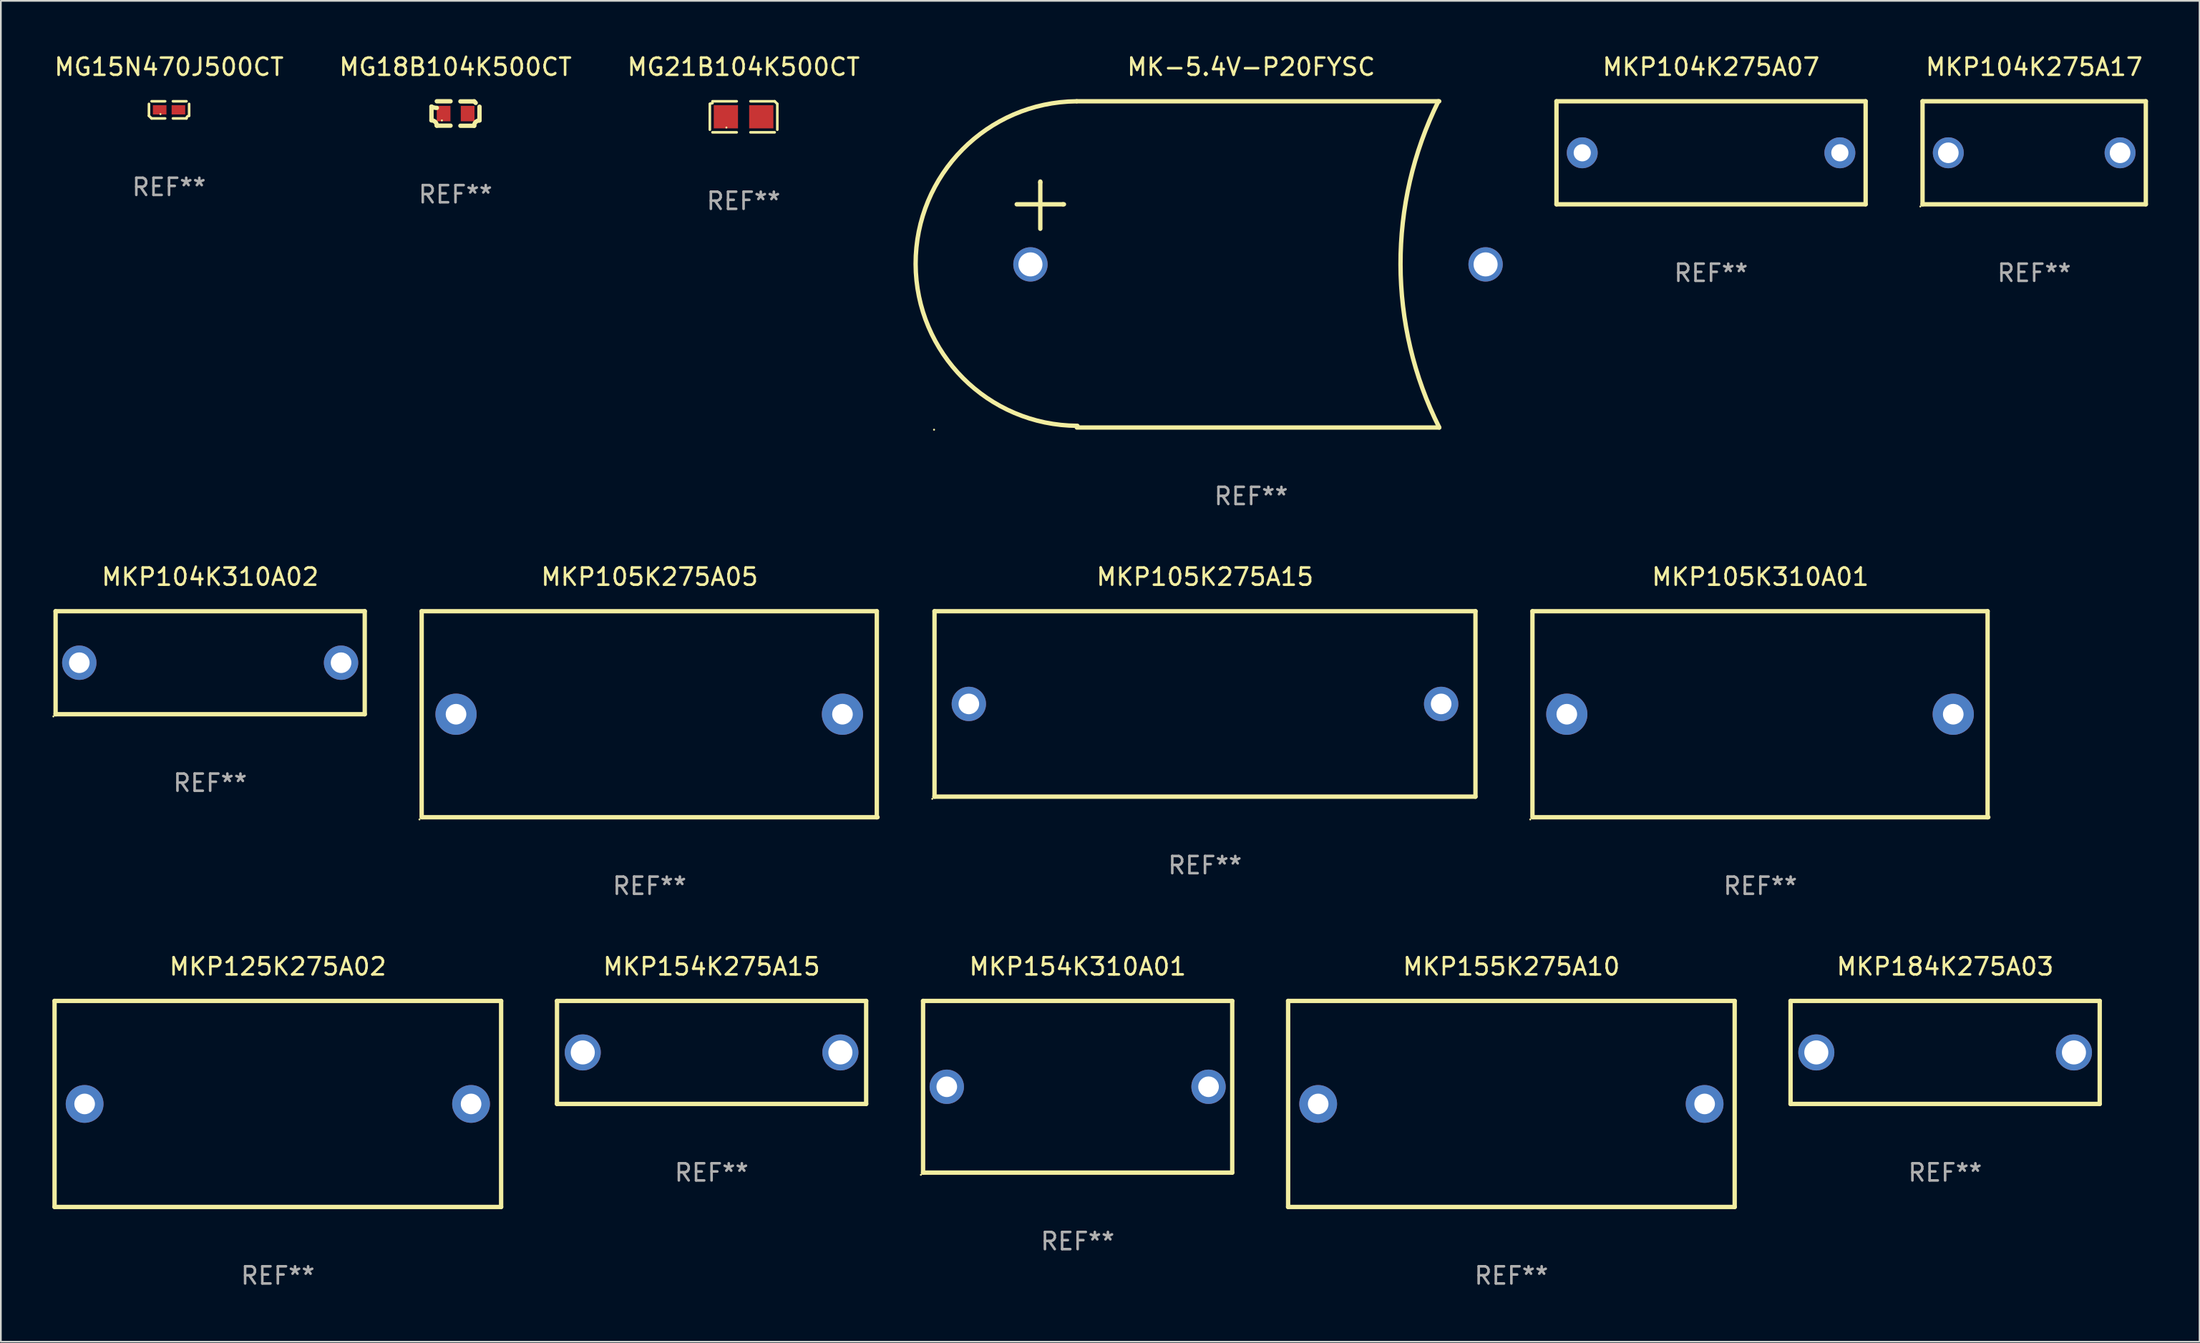
<source format=kicad_pcb>
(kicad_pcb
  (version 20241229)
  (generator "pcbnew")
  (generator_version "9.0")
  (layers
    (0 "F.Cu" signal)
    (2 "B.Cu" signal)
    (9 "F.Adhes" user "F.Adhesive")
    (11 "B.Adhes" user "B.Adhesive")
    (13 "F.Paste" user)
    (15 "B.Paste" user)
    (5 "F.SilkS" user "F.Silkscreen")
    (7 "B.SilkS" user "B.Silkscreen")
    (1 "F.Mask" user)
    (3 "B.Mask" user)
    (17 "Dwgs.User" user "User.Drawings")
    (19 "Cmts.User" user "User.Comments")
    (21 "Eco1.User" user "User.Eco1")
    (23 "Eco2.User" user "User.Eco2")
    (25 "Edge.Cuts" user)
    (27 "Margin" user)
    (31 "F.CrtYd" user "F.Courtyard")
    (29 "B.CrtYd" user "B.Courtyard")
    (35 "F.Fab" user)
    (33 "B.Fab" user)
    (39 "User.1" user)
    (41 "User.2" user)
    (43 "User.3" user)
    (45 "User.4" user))
  (footprint "MKP104K275A07"
    (layer "F.Cu")
    (at 96.574 5.848)
    (property "Reference" "MKP104K275A07" (at 0 -5 0) (layer "F.SilkS") (effects (font (size 1 1) (thickness 0.15))))
    (attr through_hole)
    (fp_line (start -9 -3) (end 9 -3) (stroke (width 0.254) (type solid)) (layer "F.SilkS"))
    (fp_line (start -9 3) (end -9 -3) (stroke (width 0.254) (type solid)) (layer "F.SilkS"))
    (fp_line (start 9 -3) (end 9 3) (stroke (width 0.254) (type solid)) (layer "F.SilkS"))
    (fp_line (start 9 3) (end -9 3) (stroke (width 0.254) (type solid)) (layer "F.SilkS"))
    (fp_circle (center -9 3) (end -8.97 3) (stroke (width 0.06) (type solid)) (fill no) (layer "F.SilkS"))
    (fp_text user "REF**" (at 0 7 0) (layer "F.Fab") (effects (font (size 1 1) (thickness 0.15))))
    (pad "1" thru_hole circle (at -7.5 0) (size 1.8 1.8) (drill 1) (layers "*.Cu" "*.Mask"))
    (pad "2" thru_hole circle (at 7.5 0) (size 1.8 1.8) (drill 1) (layers "*.Cu" "*.Mask")))
  (footprint "MKP154K275A15"
    (layer "F.Cu")
    (at 38.381 58.241)
    (property "Reference" "MKP154K275A15" (at 0 -5 0) (layer "F.SilkS") (effects (font (size 1 1) (thickness 0.15))))
    (attr through_hole)
    (fp_line (start -9 -3) (end 9 -3) (stroke (width 0.254) (type solid)) (layer "F.SilkS"))
    (fp_line (start -9 3) (end -9 -3) (stroke (width 0.254) (type solid)) (layer "F.SilkS"))
    (fp_line (start 9 -3) (end 9 3) (stroke (width 0.254) (type solid)) (layer "F.SilkS"))
    (fp_line (start 9 3) (end -9 3) (stroke (width 0.254) (type solid)) (layer "F.SilkS"))
    (fp_circle (center -9 3) (end -8.97 3) (stroke (width 0.06) (type solid)) (fill no) (layer "F.SilkS"))
    (fp_text user "REF**" (at 0 7 0) (layer "F.Fab") (effects (font (size 1 1) (thickness 0.15))))
    (pad "1" thru_hole circle (at -7.5 0) (size 2.1 2.1) (drill 1.4) (layers "*.Cu" "*.Mask"))
    (pad "2" thru_hole circle (at 7.5 0) (size 2.1 2.1) (drill 1.4) (layers "*.Cu" "*.Mask")))
  (footprint "MG21B104K500CT"
    (layer "F.Cu")
    (at 40.244 3.752)
    (property "Reference" "MG21B104K500CT" (at 0 -2.904 0) (layer "F.SilkS") (effects (font (size 1 1) (thickness 0.15))))
    (attr through_hole)
    (fp_line (start -1.964 0.751) (end -1.964 -0.751) (stroke (width 0.152) (type solid)) (layer "F.SilkS"))
    (fp_line (start -1.811 -0.904) (end -0.401 -0.904) (stroke (width 0.152) (type solid)) (layer "F.SilkS"))
    (fp_line (start -0.401 0.904) (end -1.811 0.904) (stroke (width 0.152) (type solid)) (layer "F.SilkS"))
    (fp_line (start 0.401 0.904) (end 1.811 0.904) (stroke (width 0.152) (type solid)) (layer "F.SilkS"))
    (fp_line (start 1.811 -0.904) (end 0.401 -0.904) (stroke (width 0.152) (type solid)) (layer "F.SilkS"))
    (fp_line (start 1.964 0.751) (end 1.964 -0.751) (stroke (width 0.152) (type solid)) (layer "F.SilkS"))
    (fp_arc (start -1.963602 -0.751207) (mid -1.890354 -0.783131) (end -1.811201 -0.794044) (stroke (width 0.1524) (type solid)) (layer "F.SilkS"))
    (fp_arc (start 1.811202 -0.903607) (mid 1.887413 -0.827418) (end 1.963602 -0.751207) (stroke (width 0.1524) (type solid)) (layer "F.SilkS"))
    (fp_circle (center -1 0.625) (end -0.97 0.625) (stroke (width 0.06) (type solid)) (fill no) (layer "F.SilkS"))
    (fp_text user "REF**" (at 0 4.904 0) (layer "F.Fab") (effects (font (size 1 1) (thickness 0.15))))
    (pad "1" smd rect (at -1.03 0) (size 1.41 1.35) (layers "F.Cu" "F.Mask" "F.Paste"))
    (pad "2" smd rect (at 1.03 0) (size 1.41 1.35) (layers "F.Cu" "F.Mask" "F.Paste")))
  (footprint "MKP125K275A02"
    (layer "F.Cu")
    (at 13.127 61.241)
    (property "Reference" "MKP125K275A02" (at 0 -8 0) (layer "F.SilkS") (effects (font (size 1 1) (thickness 0.15))))
    (attr through_hole)
    (fp_line (start -13 -6) (end 13 -6) (stroke (width 0.254) (type solid)) (layer "F.SilkS"))
    (fp_line (start -13 6) (end -13 -6) (stroke (width 0.254) (type solid)) (layer "F.SilkS"))
    (fp_line (start 13 -6) (end 13 6) (stroke (width 0.254) (type solid)) (layer "F.SilkS"))
    (fp_line (start 13 6) (end -13 6) (stroke (width 0.254) (type solid)) (layer "F.SilkS"))
    (fp_circle (center -13 6) (end -12.97 6) (stroke (width 0.06) (type solid)) (fill no) (layer "F.SilkS"))
    (fp_text user "REF**" (at 0 10 0) (layer "F.Fab") (effects (font (size 1 1) (thickness 0.15))))
    (pad "1" thru_hole circle (at -11.25 0) (size 2.2 2.2) (drill 1.2) (layers "*.Cu" "*.Mask"))
    (pad "2" thru_hole circle (at 11.25 0) (size 2.2 2.2) (drill 1.2) (layers "*.Cu" "*.Mask")))
  (footprint "MKP105K310A01"
    (layer "F.Cu")
    (at 99.446 38.545)
    (property "Reference" "MKP105K310A01" (at 0 -8 0) (layer "F.SilkS") (effects (font (size 1 1) (thickness 0.15))))
    (attr through_hole)
    (fp_line (start -13.271 -6) (end 13.229 -6) (stroke (width 0.254) (type solid)) (layer "F.SilkS"))
    (fp_line (start -13.271 6) (end -13.271 -6) (stroke (width 0.254) (type solid)) (layer "F.SilkS"))
    (fp_line (start 13.229 -6) (end 13.229 6) (stroke (width 0.254) (type solid)) (layer "F.SilkS"))
    (fp_line (start 13.271 6) (end -13.229 6) (stroke (width 0.254) (type solid)) (layer "F.SilkS"))
    (fp_circle (center -13.398 6.127) (end -13.368 6.127) (stroke (width 0.06) (type solid)) (fill no) (layer "F.SilkS"))
    (fp_text user "REF**" (at 0 10 0) (layer "F.Fab") (effects (font (size 1 1) (thickness 0.15))))
    (pad "1" thru_hole circle (at -11.271 0) (size 2.4 2.4) (drill 1.2) (layers "*.Cu" "*.Mask"))
    (pad "2" thru_hole circle (at 11.229 0) (size 2.4 2.4) (drill 1.2) (layers "*.Cu" "*.Mask")))
  (footprint "MKP104K275A17"
    (layer "F.Cu")
    (at 115.388 5.848)
    (property "Reference" "MKP104K275A17" (at 0 -5 0) (layer "F.SilkS") (effects (font (size 1 1) (thickness 0.15))))
    (attr through_hole)
    (fp_line (start -6.5 -3) (end 6.5 -3) (stroke (width 0.254) (type solid)) (layer "F.SilkS"))
    (fp_line (start -6.5 3) (end -6.5 -3) (stroke (width 0.254) (type solid)) (layer "F.SilkS"))
    (fp_line (start -6.5 3) (end 6.5 3) (stroke (width 0.254) (type solid)) (layer "F.SilkS"))
    (fp_line (start 6.5 -3) (end 6.5 3) (stroke (width 0.254) (type solid)) (layer "F.SilkS"))
    (fp_circle (center -6.627 3.127) (end -6.597 3.127) (stroke (width 0.06) (type solid)) (fill no) (layer "F.SilkS"))
    (fp_text user "REF**" (at 0 7 0) (layer "F.Fab") (effects (font (size 1 1) (thickness 0.15))))
    (pad "1" thru_hole circle (at -5 0) (size 1.8 1.8) (drill 1.2) (layers "*.Cu" "*.Mask"))
    (pad "2" thru_hole circle (at 5 0) (size 1.8 1.8) (drill 1.2) (layers "*.Cu" "*.Mask")))
  (footprint "MKP184K275A03"
    (layer "F.Cu")
    (at 110.203 58.241)
    (property "Reference" "MKP184K275A03" (at 0 -5 0) (layer "F.SilkS") (effects (font (size 1 1) (thickness 0.15))))
    (attr through_hole)
    (fp_line (start -9 -3) (end 9 -3) (stroke (width 0.254) (type solid)) (layer "F.SilkS"))
    (fp_line (start -9 3) (end -9 -3) (stroke (width 0.254) (type solid)) (layer "F.SilkS"))
    (fp_line (start 9 -3) (end 9 3) (stroke (width 0.254) (type solid)) (layer "F.SilkS"))
    (fp_line (start 9 3) (end -9 3) (stroke (width 0.254) (type solid)) (layer "F.SilkS"))
    (fp_circle (center -9 3) (end -8.97 3) (stroke (width 0.06) (type solid)) (fill no) (layer "F.SilkS"))
    (fp_text user "REF**" (at 0 7 0) (layer "F.Fab") (effects (font (size 1 1) (thickness 0.15))))
    (pad "1" thru_hole circle (at -7.5 0) (size 2.1 2.1) (drill 1.4) (layers "*.Cu" "*.Mask"))
    (pad "2" thru_hole circle (at 7.5 0) (size 2.1 2.1) (drill 1.4) (layers "*.Cu" "*.Mask")))
  (footprint "MKP105K275A15"
    (layer "F.Cu")
    (at 67.109 37.945)
    (property "Reference" "MKP105K275A15" (at 0 -7.4 0) (layer "F.SilkS") (effects (font (size 1 1) (thickness 0.15))))
    (attr through_hole)
    (fp_line (start -15.748 -5.4) (end 15.752 -5.4) (stroke (width 0.254) (type solid)) (layer "F.SilkS"))
    (fp_line (start -15.748 5.4) (end -15.748 -5.4) (stroke (width 0.254) (type solid)) (layer "F.SilkS"))
    (fp_line (start 15.748 -5.4) (end 15.748 5.4) (stroke (width 0.254) (type solid)) (layer "F.SilkS"))
    (fp_line (start 15.748 5.4) (end -15.752 5.4) (stroke (width 0.254) (type solid)) (layer "F.SilkS"))
    (fp_circle (center -15.879 5.527) (end -15.849 5.527) (stroke (width 0.06) (type solid)) (fill no) (layer "F.SilkS"))
    (fp_text user "REF**" (at 0 9.4 0) (layer "F.Fab") (effects (font (size 1 1) (thickness 0.15))))
    (pad "1" thru_hole circle (at -13.75 0) (size 2 2) (drill 1.2) (layers "*.Cu" "*.Mask"))
    (pad "2" thru_hole circle (at 13.75 0) (size 2 2) (drill 1.2) (layers "*.Cu" "*.Mask")))
  (footprint "MKP104K310A02"
    (layer "F.Cu")
    (at 9.187 35.545)
    (property "Reference" "MKP104K310A02" (at 0 -5 0) (layer "F.SilkS") (effects (font (size 1 1) (thickness 0.15))))
    (attr through_hole)
    (fp_line (start -9 -3) (end 9 -3) (stroke (width 0.254) (type solid)) (layer "F.SilkS"))
    (fp_line (start -9 3) (end -9 -3) (stroke (width 0.254) (type solid)) (layer "F.SilkS"))
    (fp_line (start 9 -3) (end 9 3) (stroke (width 0.254) (type solid)) (layer "F.SilkS"))
    (fp_line (start 9 3) (end -9 3) (stroke (width 0.254) (type solid)) (layer "F.SilkS"))
    (fp_circle (center -9.127 3.127) (end -9.097 3.127) (stroke (width 0.06) (type solid)) (fill no) (layer "F.SilkS"))
    (fp_text user "REF**" (at 0 7 0) (layer "F.Fab") (effects (font (size 1 1) (thickness 0.15))))
    (pad "1" thru_hole circle (at -7.62 0) (size 2 2) (drill 1.2) (layers "*.Cu" "*.Mask"))
    (pad "2" thru_hole circle (at 7.62 0) (size 2 2) (drill 1.2) (layers "*.Cu" "*.Mask")))
  (footprint "MKP154K310A01"
    (layer "F.Cu")
    (at 59.695 60.241)
    (property "Reference" "MKP154K310A01" (at 0 -7 0) (layer "F.SilkS") (effects (font (size 1 1) (thickness 0.15))))
    (attr through_hole)
    (fp_line (start -9 -5) (end 9 -5) (stroke (width 0.254) (type solid)) (layer "F.SilkS"))
    (fp_line (start -9 5) (end -9 -5) (stroke (width 0.254) (type solid)) (layer "F.SilkS"))
    (fp_line (start 9 -5) (end 9 5) (stroke (width 0.254) (type solid)) (layer "F.SilkS"))
    (fp_line (start 9 5) (end -9 5) (stroke (width 0.254) (type solid)) (layer "F.SilkS"))
    (fp_circle (center -9.127 5.127) (end -9.097 5.127) (stroke (width 0.06) (type solid)) (fill no) (layer "F.SilkS"))
    (fp_text user "REF**" (at 0 9 0) (layer "F.Fab") (effects (font (size 1 1) (thickness 0.15))))
    (pad "1" thru_hole circle (at -7.62 0) (size 2 2) (drill 1.2) (layers "*.Cu" "*.Mask"))
    (pad "2" thru_hole circle (at 7.62 0) (size 2 2) (drill 1.2) (layers "*.Cu" "*.Mask")))
  (footprint "MKP155K275A10"
    (layer "F.Cu")
    (at 84.949 61.241)
    (property "Reference" "MKP155K275A10" (at 0 -8 0) (layer "F.SilkS") (effects (font (size 1 1) (thickness 0.15))))
    (attr through_hole)
    (fp_line (start -13 -6) (end 13 -6) (stroke (width 0.254) (type solid)) (layer "F.SilkS"))
    (fp_line (start -13 6) (end -13 -6) (stroke (width 0.254) (type solid)) (layer "F.SilkS"))
    (fp_line (start 13 -6) (end 13 6) (stroke (width 0.254) (type solid)) (layer "F.SilkS"))
    (fp_line (start 13 6) (end -13 6) (stroke (width 0.254) (type solid)) (layer "F.SilkS"))
    (fp_circle (center -13 6) (end -12.97 6) (stroke (width 0.06) (type solid)) (fill no) (layer "F.SilkS"))
    (fp_text user "REF**" (at 0 10 0) (layer "F.Fab") (effects (font (size 1 1) (thickness 0.15))))
    (pad "1" thru_hole circle (at -11.25 0) (size 2.2 2.2) (drill 1.2) (layers "*.Cu" "*.Mask"))
    (pad "2" thru_hole circle (at 11.25 0) (size 2.2 2.2) (drill 1.2) (layers "*.Cu" "*.Mask")))
  (footprint "MKP105K275A05"
    (layer "F.Cu")
    (at 34.772 38.545)
    (property "Reference" "MKP105K275A05" (at 0 -8 0) (layer "F.SilkS") (effects (font (size 1 1) (thickness 0.15))))
    (attr through_hole)
    (fp_line (start -13.271 -6) (end 13.229 -6) (stroke (width 0.254) (type solid)) (layer "F.SilkS"))
    (fp_line (start -13.271 6) (end -13.271 -6) (stroke (width 0.254) (type solid)) (layer "F.SilkS"))
    (fp_line (start 13.229 -6) (end 13.229 6) (stroke (width 0.254) (type solid)) (layer "F.SilkS"))
    (fp_line (start 13.271 6) (end -13.229 6) (stroke (width 0.254) (type solid)) (layer "F.SilkS"))
    (fp_circle (center -13.398 6.127) (end -13.368 6.127) (stroke (width 0.06) (type solid)) (fill no) (layer "F.SilkS"))
    (fp_text user "REF**" (at 0 10 0) (layer "F.Fab") (effects (font (size 1 1) (thickness 0.15))))
    (pad "1" thru_hole circle (at -11.271 0) (size 2.4 2.4) (drill 1.2) (layers "*.Cu" "*.Mask"))
    (pad "2" thru_hole circle (at 11.229 0) (size 2.4 2.4) (drill 1.2) (layers "*.Cu" "*.Mask")))
  (footprint "MK-5.4V-P20FYSC"
    (layer "F.Cu")
    (at 69.797 12.348)
    (property "Reference" "MK-5.4V-P20FYSC" (at 0 -11.5 0) (layer "F.SilkS") (effects (font (size 1 1) (thickness 0.15))))
    (attr through_hole)
    (fp_line (start -13.65 -3.5) (end -10.95 -3.5) (stroke (width 0.254) (type solid)) (layer "F.SilkS"))
    (fp_line (start -12.277 -4.776) (end -12.277 -4.826) (stroke (width 0.254) (type solid)) (layer "F.SilkS"))
    (fp_line (start -12.277 -2.076) (end -12.277 -4.776) (stroke (width 0.254) (type solid)) (layer "F.SilkS"))
    (fp_line (start -10.95 -3.5) (end -10.9 -3.5) (stroke (width 0.254) (type solid)) (layer "F.SilkS"))
    (fp_line (start -10.15 -9.5) (end 10.95 -9.5) (stroke (width 0.254) (type solid)) (layer "F.SilkS"))
    (fp_line (start -10.15 9.5) (end 10.95 9.5) (stroke (width 0.254) (type solid)) (layer "F.SilkS"))
    (fp_arc (start -10.117399 9.399848) (mid -19.539482 -0.025687) (end -10.166218 -9.499772) (stroke (width 0.254001) (type solid)) (layer "F.SilkS"))
    (fp_arc (start 10.951206 9.499619) (mid 8.696542 0.005814) (end 10.900025 -9.5) (stroke (width 0.254001) (type solid)) (layer "F.SilkS"))
    (fp_circle (center -18.463 9.627) (end -18.433 9.627) (stroke (width 0.06) (type solid)) (fill no) (layer "F.SilkS"))
    (fp_text user "REF**" (at 0 13.5 0) (layer "F.Fab") (effects (font (size 1 1) (thickness 0.15))))
    (pad "1" thru_hole circle (at -12.85 0) (size 2 2) (drill 1.4) (layers "*.Cu" "*.Mask"))
    (pad "2" thru_hole circle (at 13.65 0) (size 2 2) (drill 1.4) (layers "*.Cu" "*.Mask")))
  (footprint "MG15N470J500CT"
    (layer "F.Cu")
    (at 6.792 3.347)
    (property "Reference" "MG15N470J500CT" (at 0 -2.499 0) (layer "F.SilkS") (effects (font (size 1 1) (thickness 0.15))))
    (attr through_hole)
    (fp_line (start -1.169 0.346) (end -1.169 -0.346) (stroke (width 0.152) (type solid)) (layer "F.SilkS"))
    (fp_line (start -1.016 -0.499) (end -0.226 -0.499) (stroke (width 0.152) (type solid)) (layer "F.SilkS"))
    (fp_line (start -0.226 0.499) (end -1.016 0.499) (stroke (width 0.152) (type solid)) (layer "F.SilkS"))
    (fp_line (start 0.226 0.499) (end 1.016 0.499) (stroke (width 0.152) (type solid)) (layer "F.SilkS"))
    (fp_line (start 1.016 -0.499) (end 0.226 -0.499) (stroke (width 0.152) (type solid)) (layer "F.SilkS"))
    (fp_line (start 1.169 0.346) (end 1.169 -0.346) (stroke (width 0.152) (type solid)) (layer "F.SilkS"))
    (fp_arc (start -1.016307 0.498603) (mid -1.092512 0.422405) (end -1.16871 0.3462) (stroke (width 0.1524) (type solid)) (layer "F.SilkS"))
    (fp_arc (start 1.016307 0.498603) (mid 1.060899 0.390758) (end 1.168707 0.346076) (stroke (width 0.1524) (type solid)) (layer "F.SilkS"))
    (fp_circle (center -0.5 0.25) (end -0.47 0.25) (stroke (width 0.06) (type solid)) (fill no) (layer "F.SilkS"))
    (fp_text user "REF**" (at 0 4.499 0) (layer "F.Fab") (effects (font (size 1 1) (thickness 0.15))))
    (pad "1" smd rect (at -0.545 0) (size 0.79 0.54) (layers "F.Cu" "F.Mask" "F.Paste"))
    (pad "2" smd rect (at 0.545 0) (size 0.79 0.54) (layers "F.Cu" "F.Mask" "F.Paste")))
  (footprint "MG18B104K500CT"
    (layer "F.Cu")
    (at 23.47 3.561)
    (property "Reference" "MG18B104K500CT" (at 0 -2.713 0) (layer "F.SilkS") (effects (font (size 1 1) (thickness 0.15))))
    (attr through_hole)
    (fp_line (start -1.398 -0.403) (end -1.398 0.397) (stroke (width 0.254) (type solid)) (layer "F.SilkS"))
    (fp_line (start -0.288 -0.713) (end -1.088 -0.713) (stroke (width 0.254) (type solid)) (layer "F.SilkS"))
    (fp_line (start -0.288 0.707) (end -1.088 0.707) (stroke (width 0.254) (type solid)) (layer "F.SilkS"))
    (fp_line (start 0.288 -0.707) (end 1.088 -0.707) (stroke (width 0.254) (type solid)) (layer "F.SilkS"))
    (fp_line (start 0.288 0.713) (end 1.088 0.713) (stroke (width 0.254) (type solid)) (layer "F.SilkS"))
    (fp_line (start 1.398 -0.397) (end 1.398 0.403) (stroke (width 0.254) (type solid)) (layer "F.SilkS"))
    (fp_arc (start -1.397789 0.397066) (mid -1.178701 0.487826) (end -1.08796 0.706922) (stroke (width 0.254001) (type solid)) (layer "F.SilkS"))
    (fp_arc (start -1.08796 -0.327176) (mid -1.247436 -0.346384) (end -1.39779 -0.402908) (stroke (width 0.254001) (type solid)) (layer "F.SilkS"))
    (fp_arc (start 1.087909 0.712738) (mid 1.178656 0.493655) (end 1.397739 0.402908) (stroke (width 0.254001) (type solid)) (layer "F.SilkS"))
    (fp_arc (start 1.175925 -0.618926) (mid 1.131917 -0.662923) (end 1.08791 -0.706922) (stroke (width 0.254001) (type solid)) (layer "F.SilkS"))
    (fp_circle (center -0.792 0.403) (end -0.762 0.403) (stroke (width 0.06) (type solid)) (fill no) (layer "F.SilkS"))
    (fp_text user "REF**" (at 0 4.713 0) (layer "F.Fab") (effects (font (size 1 1) (thickness 0.15))))
    (pad "1" smd rect (at -0.692 0.003) (size 0.8 0.9) (layers "F.Cu" "F.Mask" "F.Paste"))
    (pad "2" smd rect (at 0.708 0.003) (size 0.8 0.9) (layers "F.Cu" "F.Mask" "F.Paste")))
  (gr_rect
    (start -3 -3)
    (end 125.016 75.09)
    (stroke (width 0.1) (type default))
    (fill no)
    (layer "Edge.Cuts")))
</source>
